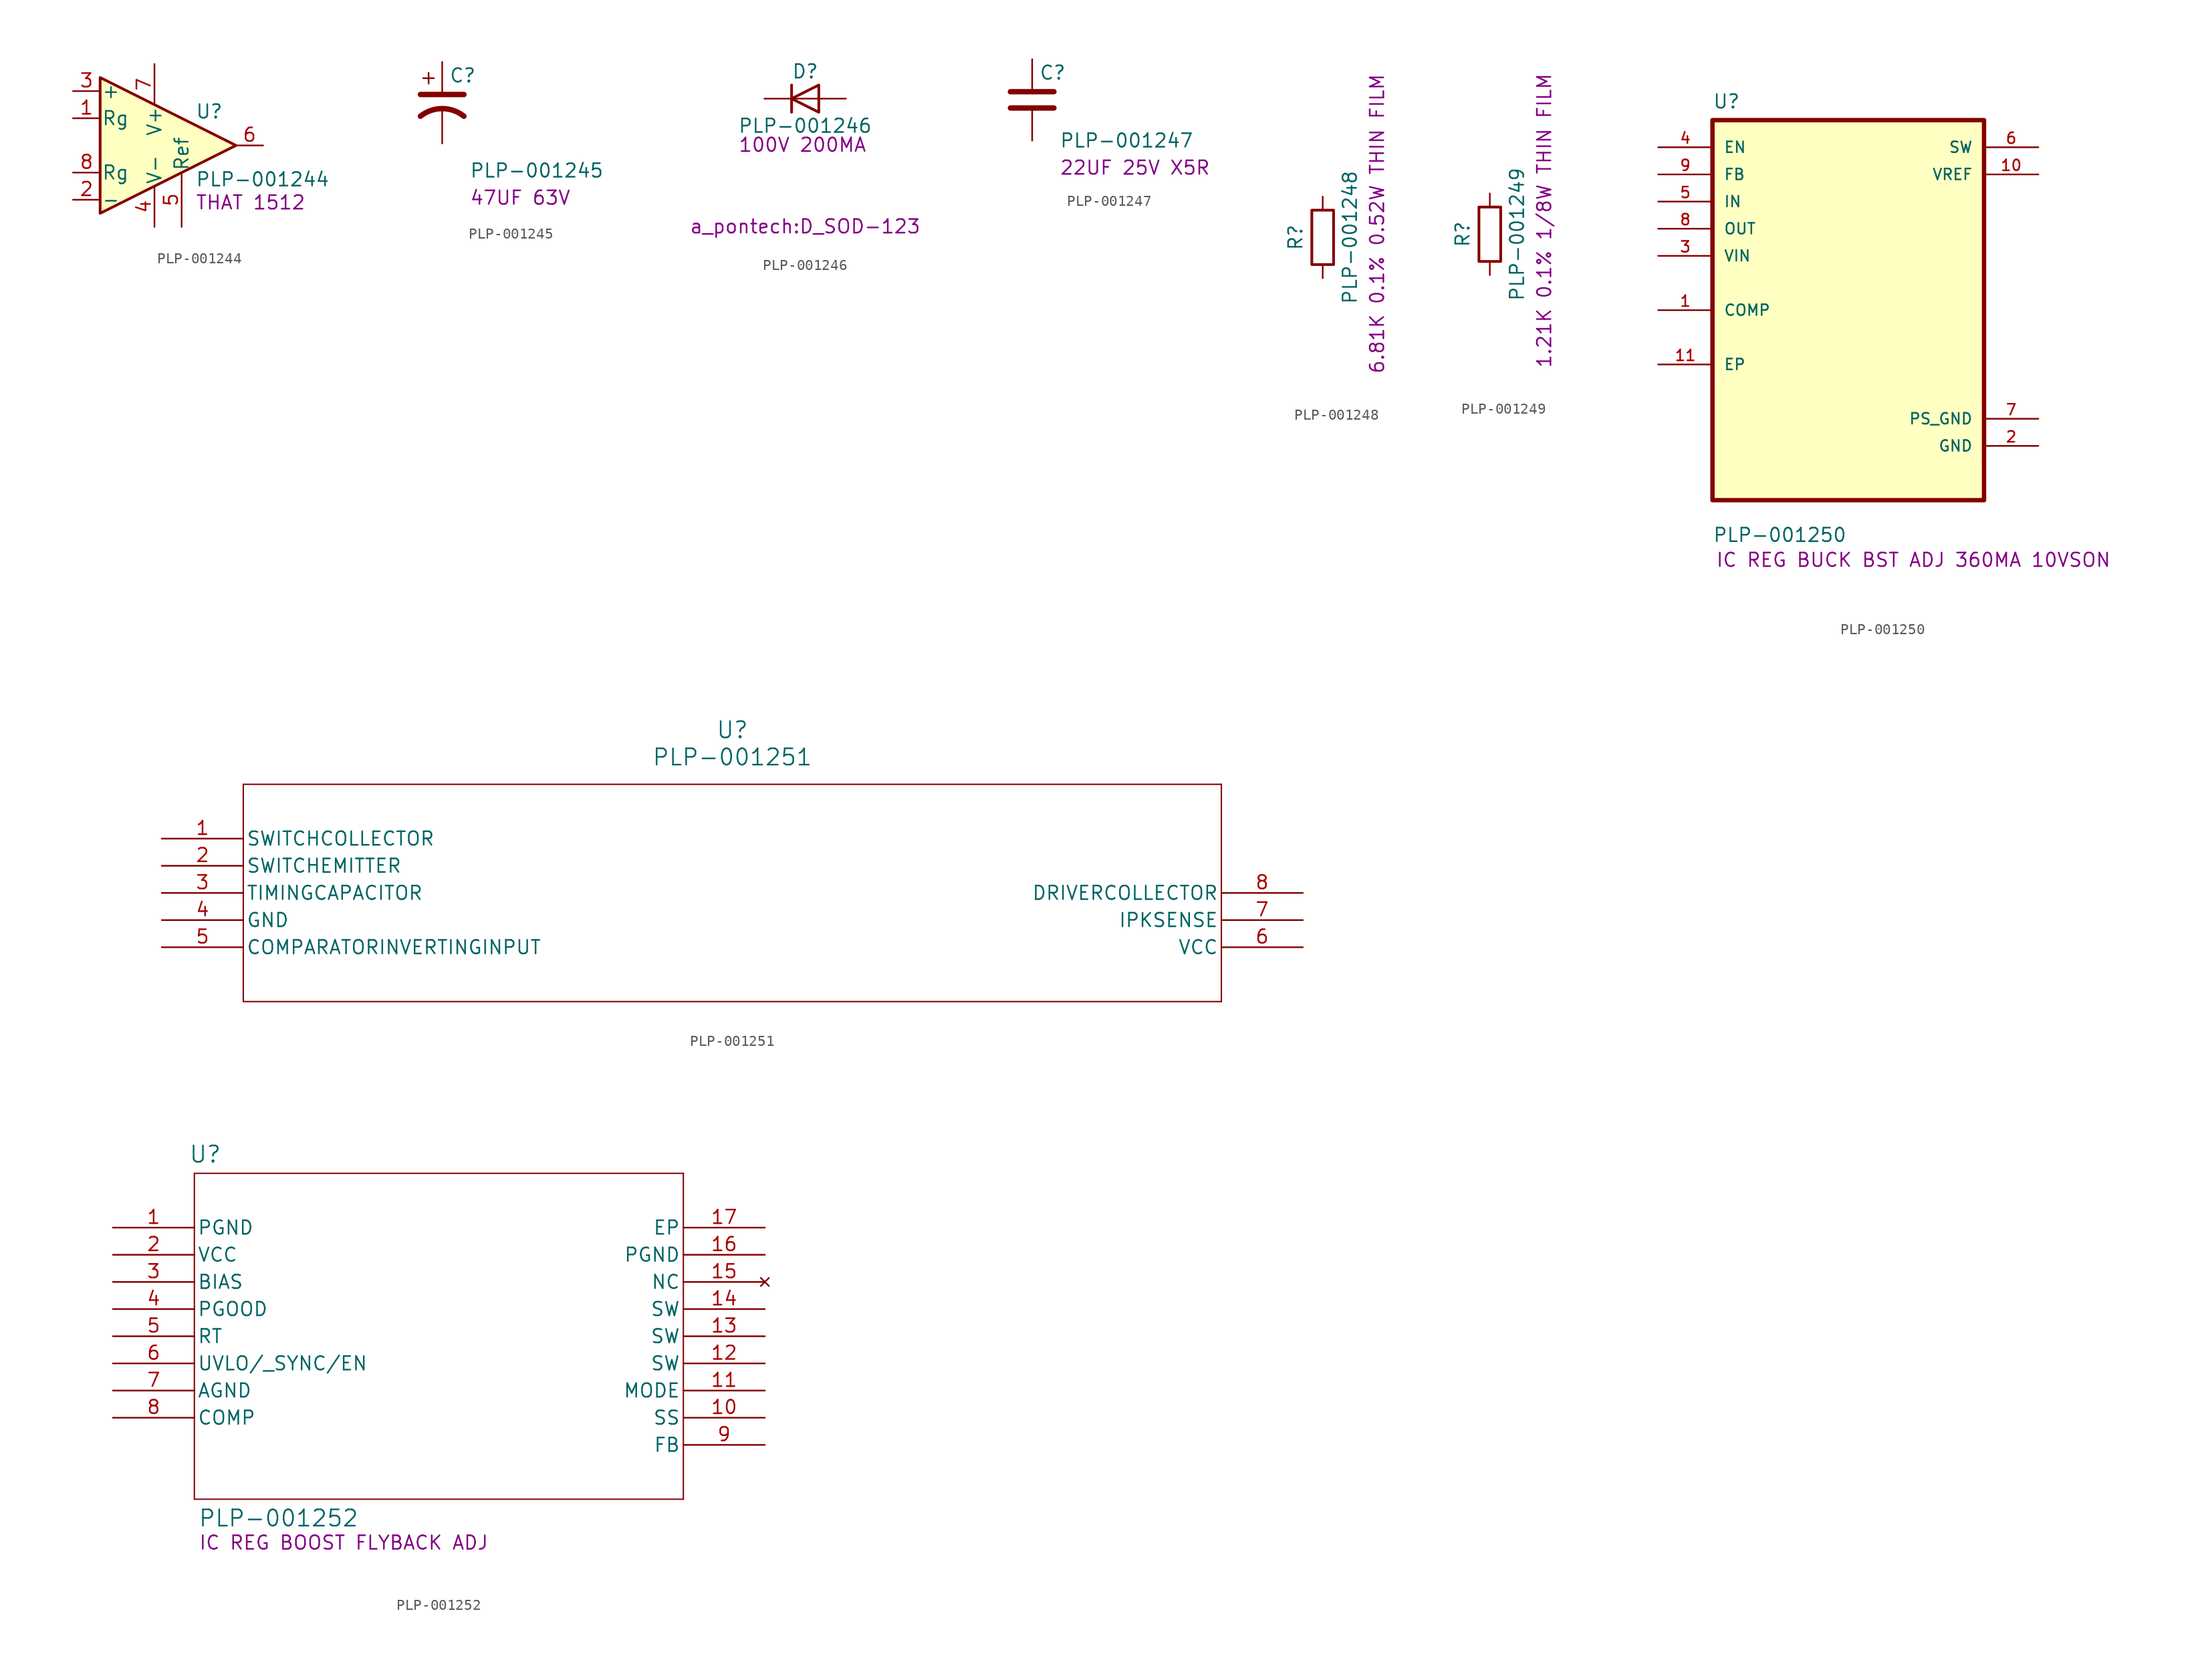
<source format=kicad_sym>
(kicad_symbol_lib
  (version 20241209)
  (generator "kicad_symbol_editor")
  (generator_version "9.0")
  (symbol "PLP-001244"
    (pin_names
      (offset 0.127))
    (property "Reference" "U"
      (at 3.81 3.175 0)
      (effects (font (size 1.27 1.27)) (justify left)))
    (property "Value" "PLP-001244"
      (at 3.81 -3.175 0)
      (effects (font (size 1.27 1.27)) (justify left)))
    (property "INFO" "THAT 1512"
      (at 3.81 -5.334 0)
      (effects (font (size 1.27 1.27)) (justify left)))
    (symbol "PLP-001244_0_1"
      (polyline (pts (xy 7.62 0) (xy -5.08 6.35) (xy -5.08 -6.35) (xy 7.62 0)) (stroke (width 0.254) (type default)) (fill (type background))))
    (symbol "PLP-001244_1_1"
      (pin input line (at -7.62 5.08 0) (length 2.54) (name "+" (effects (font (size 1.27 1.27)))) (number "3" (effects (font (size 1.27 1.27)))))
      (pin passive line (at -7.62 2.54 0) (length 2.54) (name "Rg" (effects (font (size 1.27 1.27)))) (number "1" (effects (font (size 1.27 1.27)))))
      (pin passive line (at -7.62 -2.54 0) (length 2.54) (name "Rg" (effects (font (size 1.27 1.27)))) (number "8" (effects (font (size 1.27 1.27)))))
      (pin input line (at -7.62 -5.08 0) (length 2.54) (name "-" (effects (font (size 1.27 1.27)))) (number "2" (effects (font (size 1.27 1.27)))))
      (pin power_in line (at 0 7.62 270) (length 3.81) (name "V+" (effects (font (size 1.27 1.27)))) (number "7" (effects (font (size 1.27 1.27)))))
      (pin power_in line (at 0 -7.62 90) (length 3.81) (name "V-" (effects (font (size 1.27 1.27)))) (number "4" (effects (font (size 1.27 1.27)))))
      (pin input line (at 2.54 -7.62 90) (length 5.08) (name "Ref" (effects (font (size 1.27 1.27)))) (number "5" (effects (font (size 1.27 1.27)))))
      (pin output line (at 10.16 0 180) (length 2.54) (name "~" (effects (font (size 1.27 1.27)))) (number "6" (effects (font (size 1.27 1.27)))))))
  (symbol "PLP-001245"
    (pin_numbers
      (hide yes))
    (pin_names
      (offset 0.254)
      (hide yes))
    (property "Reference" "C"
      (at 0.635 2.54 0)
      (effects (font (size 1.27 1.27)) (justify left)))
    (property "Value" "PLP-001245"
      (at 2.54 -6.35 0)
      (effects (font (size 1.27 1.27)) (justify left)))
    (property "Info" "47UF 63V"
      (at 2.54 -8.89 0)
      (effects (font (size 1.27 1.27)) (justify left)))
    (symbol "PLP-001245_0_1"
      (polyline (pts (xy -2.032 0.762) (xy 2.032 0.762)) (stroke (width 0.508) (type default)) (fill (type none)))
      (polyline (pts (xy -1.778 2.286) (xy -0.762 2.286)) (stroke (width 0) (type default)) (fill (type none)))
      (polyline (pts (xy -1.27 1.778) (xy -1.27 2.794)) (stroke (width 0) (type default)) (fill (type none)))
      (arc (start -2.032 -1.27) (mid 0 -0.5572) (end 2.032 -1.27) (stroke (width 0.508) (type default)) (fill (type none))))
    (symbol "PLP-001245_1_1"
      (pin passive line (at 0 3.81 270) (length 2.794) (name "~" (effects (font (size 1.27 1.27)))) (number "1" (effects (font (size 1.27 1.27)))))
      (pin passive line (at 0 -3.81 90) (length 3.302) (name "~" (effects (font (size 1.27 1.27)))) (number "2" (effects (font (size 1.27 1.27)))))))
  (symbol "PLP-001246"
    (pin_numbers
      (hide yes))
    (pin_names
      (offset 1.016)
      (hide yes))
    (property "Reference" "D"
      (at 0 2.54 0)
      (effects (font (size 1.27 1.27))))
    (property "Value" "PLP-001246"
      (at 0 -2.54 0)
      (effects (font (size 1.27 1.27))))
    (property "Footprint" "a_pontech:D_SOD-123"
      (at 0 -11.938 0)
      (effects (font (size 1.27 1.27))))
    (property "Info" "100V 200MA"
      (at -0.254 -4.318 0)
      (effects (font (size 1.27 1.27))))
    (symbol "PLP-001246_0_1"
      (polyline (pts (xy -1.27 1.27) (xy -1.27 -1.27)) (stroke (width 0.254) (type default)) (fill (type none)))
      (polyline (pts (xy 1.27 1.27) (xy 1.27 -1.27) (xy -1.27 0) (xy 1.27 1.27)) (stroke (width 0.254) (type default)) (fill (type none)))
      (polyline (pts (xy 1.27 0) (xy -1.27 0)) (stroke (width 0) (type default)) (fill (type none))))
    (symbol "PLP-001246_1_1"
      (pin passive line (at -3.81 0 0) (length 2.54) (name "K" (effects (font (size 1.27 1.27)))) (number "1" (effects (font (size 1.27 1.27)))))
      (pin passive line (at 3.81 0 180) (length 2.54) (name "A" (effects (font (size 1.27 1.27)))) (number "2" (effects (font (size 1.27 1.27)))))))
  (symbol "PLP-001247"
    (pin_numbers
      (hide yes))
    (pin_names
      (offset 0.254))
    (property "Reference" "C"
      (at 0.635 2.54 0)
      (effects (font (size 1.27 1.27)) (justify left)))
    (property "Value" "PLP-001247"
      (at 2.54 -3.81 0)
      (effects (font (size 1.27 1.27)) (justify left)))
    (property "Info" "22UF 25V X5R"
      (at 2.54 -6.35 0)
      (effects (font (size 1.27 1.27)) (justify left)))
    (symbol "PLP-001247_0_1"
      (polyline (pts (xy -2.032 0.762) (xy 2.032 0.762)) (stroke (width 0.508) (type default)) (fill (type none)))
      (polyline (pts (xy -2.032 -0.762) (xy 2.032 -0.762)) (stroke (width 0.508) (type default)) (fill (type none))))
    (symbol "PLP-001247_1_1"
      (pin passive line (at 0 3.81 270) (length 2.794) (name "~" (effects (font (size 1.27 1.27)))) (number "1" (effects (font (size 1.27 1.27)))))
      (pin passive line (at 0 -3.81 90) (length 2.794) (name "~" (effects (font (size 1.27 1.27)))) (number "2" (effects (font (size 1.27 1.27)))))))
  (symbol "PLP-001248"
    (pin_numbers
      (hide yes))
    (pin_names
      (offset 0))
    (property "Reference" "R"
      (at -2.54 0 90)
      (effects (font (size 1.27 1.27))))
    (property "Value" "PLP-001248"
      (at 2.54 0 90)
      (effects (font (size 1.27 1.27))))
    (property "Info" "6.81K 0.1% 0.52W THIN FILM"
      (at 5.08 1.27 90)
      (effects (font (size 1.27 1.27))))
    (symbol "PLP-001248_0_1"
      (rectangle (start -1.016 -2.54) (end 1.016 2.54) (stroke (width 0.254) (type default)) (fill (type none))))
    (symbol "PLP-001248_1_1"
      (pin passive line (at 0 3.81 270) (length 1.27) (name "~" (effects (font (size 1.27 1.27)))) (number "1" (effects (font (size 1.27 1.27)))))
      (pin passive line (at 0 -3.81 90) (length 1.27) (name "~" (effects (font (size 1.27 1.27)))) (number "2" (effects (font (size 1.27 1.27)))))))
  (symbol "PLP-001249"
    (pin_numbers
      (hide yes))
    (pin_names
      (offset 0))
    (property "Reference" "R"
      (at -2.54 0 90)
      (effects (font (size 1.27 1.27))))
    (property "Value" "PLP-001249"
      (at 2.54 0 90)
      (effects (font (size 1.27 1.27))))
    (property "Info" "1.21K 0.1% 1/8W THIN FILM"
      (at 5.08 1.27 90)
      (effects (font (size 1.27 1.27))))
    (symbol "PLP-001249_0_1"
      (rectangle (start -1.016 -2.54) (end 1.016 2.54) (stroke (width 0.254) (type default)) (fill (type none))))
    (symbol "PLP-001249_1_1"
      (pin passive line (at 0 3.81 270) (length 1.27) (name "~" (effects (font (size 1.27 1.27)))) (number "1" (effects (font (size 1.27 1.27)))))
      (pin passive line (at 0 -3.81 90) (length 1.27) (name "~" (effects (font (size 1.27 1.27)))) (number "2" (effects (font (size 1.27 1.27)))))))
  (symbol "PLP-001250"
    (pin_names
      (offset 1.016))
    (property "Reference" "U"
      (at -12.7 18.78 0)
      (effects (font (size 1.27 1.27)) (justify left bottom)))
    (property "Value" "PLP-001250"
      (at -12.7 -21.78 0)
      (effects (font (size 1.27 1.27)) (justify left bottom)))
    (property "Info" "IC REG BUCK BST ADJ 360MA 10VSON"
      (at 6.096 -23.368 0)
      (effects (font (size 1.27 1.27))))
    (symbol "PLP-001250_0_0"
      (rectangle (start -12.7 17.78) (end 12.7 -17.78) (stroke (width 0.41) (type default)) (fill (type background)))
      (pin input line (at -17.78 15.24 0) (length 5.08) (name "EN" (effects (font (size 1.016 1.016)))) (number "4" (effects (font (size 1.016 1.016)))))
      (pin input line (at -17.78 12.7 0) (length 5.08) (name "FB" (effects (font (size 1.016 1.016)))) (number "9" (effects (font (size 1.016 1.016)))))
      (pin input line (at -17.78 10.16 0) (length 5.08) (name "IN" (effects (font (size 1.016 1.016)))) (number "5" (effects (font (size 1.016 1.016)))))
      (pin input line (at -17.78 7.62 0) (length 5.08) (name "OUT" (effects (font (size 1.016 1.016)))) (number "8" (effects (font (size 1.016 1.016)))))
      (pin input line (at -17.78 5.08 0) (length 5.08) (name "VIN" (effects (font (size 1.016 1.016)))) (number "3" (effects (font (size 1.016 1.016)))))
      (pin bidirectional line (at -17.78 0 0) (length 5.08) (name "COMP" (effects (font (size 1.016 1.016)))) (number "1" (effects (font (size 1.016 1.016)))))
      (pin bidirectional line (at -17.78 -5.08 0) (length 5.08) (name "EP" (effects (font (size 1.016 1.016)))) (number "11" (effects (font (size 1.016 1.016)))))
      (pin output line (at 17.78 15.24 180) (length 5.08) (name "SW" (effects (font (size 1.016 1.016)))) (number "6" (effects (font (size 1.016 1.016)))))
      (pin output line (at 17.78 12.7 180) (length 5.08) (name "VREF" (effects (font (size 1.016 1.016)))) (number "10" (effects (font (size 1.016 1.016)))))
      (pin power_in line (at 17.78 -10.16 180) (length 5.08) (name "PS_GND" (effects (font (size 1.016 1.016)))) (number "7" (effects (font (size 1.016 1.016)))))
      (pin power_in line (at 17.78 -12.7 180) (length 5.08) (name "GND" (effects (font (size 1.016 1.016)))) (number "2" (effects (font (size 1.016 1.016)))))))
  (symbol "PLP-001251"
    (pin_names
      (offset 0.254))
    (property "Reference" "U"
      (at 53.34 10.16 0)
      (effects (font (size 1.524 1.524))))
    (property "Value" "PLP-001251"
      (at 53.34 7.62 0)
      (effects (font (size 1.524 1.524))))
    (symbol "PLP-001251_0_1"
      (polyline (pts (xy 7.62 5.08) (xy 7.62 -15.24)) (stroke (width 0.127) (type default)) (fill (type none)))
      (polyline (pts (xy 7.62 -15.24) (xy 99.06 -15.24)) (stroke (width 0.127) (type default)) (fill (type none)))
      (polyline (pts (xy 99.06 5.08) (xy 7.62 5.08)) (stroke (width 0.127) (type default)) (fill (type none)))
      (polyline (pts (xy 99.06 -15.24) (xy 99.06 5.08)) (stroke (width 0.127) (type default)) (fill (type none)))
      (pin unspecified line (at 0 0 0) (length 7.62) (name "SWITCHCOLLECTOR" (effects (font (size 1.27 1.27)))) (number "1" (effects (font (size 1.27 1.27)))))
      (pin unspecified line (at 0 -2.54 0) (length 7.62) (name "SWITCHEMITTER" (effects (font (size 1.27 1.27)))) (number "2" (effects (font (size 1.27 1.27)))))
      (pin unspecified line (at 0 -5.08 0) (length 7.62) (name "TIMINGCAPACITOR" (effects (font (size 1.27 1.27)))) (number "3" (effects (font (size 1.27 1.27)))))
      (pin power_out line (at 0 -7.62 0) (length 7.62) (name "GND" (effects (font (size 1.27 1.27)))) (number "4" (effects (font (size 1.27 1.27)))))
      (pin input line (at 0 -10.16 0) (length 7.62) (name "COMPARATORINVERTINGINPUT" (effects (font (size 1.27 1.27)))) (number "5" (effects (font (size 1.27 1.27)))))
      (pin unspecified line (at 106.68 -5.08 180) (length 7.62) (name "DRIVERCOLLECTOR" (effects (font (size 1.27 1.27)))) (number "8" (effects (font (size 1.27 1.27)))))
      (pin input line (at 106.68 -7.62 180) (length 7.62) (name "IPKSENSE" (effects (font (size 1.27 1.27)))) (number "7" (effects (font (size 1.27 1.27)))))
      (pin power_in line (at 106.68 -10.16 180) (length 7.62) (name "VCC" (effects (font (size 1.27 1.27)))) (number "6" (effects (font (size 1.27 1.27)))))))
  (symbol "PLP-001252"
    (pin_names
      (offset 0.254))
    (property "Reference" "U"
      (at 8.636 6.858 0)
      (effects (font (size 1.524 1.524))))
    (property "Value" "PLP-001252"
      (at 15.494 -27.178 0)
      (effects (font (size 1.524 1.524))))
    (property "Info" "IC REG BOOST FLYBACK ADJ"
      (at 21.59 -29.464 0)
      (effects (font (size 1.27 1.27))))
    (symbol "PLP-001252_0_1"
      (polyline (pts (xy 7.62 5.08) (xy 7.62 -25.4)) (stroke (width 0.127) (type default)) (fill (type none)))
      (polyline (pts (xy 7.62 -25.4) (xy 53.34 -25.4)) (stroke (width 0.127) (type default)) (fill (type none)))
      (polyline (pts (xy 53.34 5.08) (xy 7.62 5.08)) (stroke (width 0.127) (type default)) (fill (type none)))
      (polyline (pts (xy 53.34 -25.4) (xy 53.34 5.08)) (stroke (width 0.127) (type default)) (fill (type none)))
      (pin power_out line (at 0 0 0) (length 7.62) (name "PGND" (effects (font (size 1.27 1.27)))) (number "1" (effects (font (size 1.27 1.27)))))
      (pin power_in line (at 0 -2.54 0) (length 7.62) (name "VCC" (effects (font (size 1.27 1.27)))) (number "2" (effects (font (size 1.27 1.27)))))
      (pin unspecified line (at 0 -5.08 0) (length 7.62) (name "BIAS" (effects (font (size 1.27 1.27)))) (number "3" (effects (font (size 1.27 1.27)))))
      (pin power_in line (at 0 -7.62 0) (length 7.62) (name "PGOOD" (effects (font (size 1.27 1.27)))) (number "4" (effects (font (size 1.27 1.27)))))
      (pin unspecified line (at 0 -10.16 0) (length 7.62) (name "RT" (effects (font (size 1.27 1.27)))) (number "5" (effects (font (size 1.27 1.27)))))
      (pin unspecified line (at 0 -12.7 0) (length 7.62) (name "UVLO/_SYNC/EN" (effects (font (size 1.27 1.27)))) (number "6" (effects (font (size 1.27 1.27)))))
      (pin power_out line (at 0 -15.24 0) (length 7.62) (name "AGND" (effects (font (size 1.27 1.27)))) (number "7" (effects (font (size 1.27 1.27)))))
      (pin unspecified line (at 0 -17.78 0) (length 7.62) (name "COMP" (effects (font (size 1.27 1.27)))) (number "8" (effects (font (size 1.27 1.27)))))
      (pin unspecified line (at 60.96 0 180) (length 7.62) (name "EP" (effects (font (size 1.27 1.27)))) (number "17" (effects (font (size 1.27 1.27)))))
      (pin power_out line (at 60.96 -2.54 180) (length 7.62) (name "PGND" (effects (font (size 1.27 1.27)))) (number "16" (effects (font (size 1.27 1.27)))))
      (pin no_connect line (at 60.96 -5.08 180) (length 7.62) (name "NC" (effects (font (size 1.27 1.27)))) (number "15" (effects (font (size 1.27 1.27)))))
      (pin unspecified line (at 60.96 -7.62 180) (length 7.62) (name "SW" (effects (font (size 1.27 1.27)))) (number "14" (effects (font (size 1.27 1.27)))))
      (pin unspecified line (at 60.96 -10.16 180) (length 7.62) (name "SW" (effects (font (size 1.27 1.27)))) (number "13" (effects (font (size 1.27 1.27)))))
      (pin unspecified line (at 60.96 -12.7 180) (length 7.62) (name "SW" (effects (font (size 1.27 1.27)))) (number "12" (effects (font (size 1.27 1.27)))))
      (pin unspecified line (at 60.96 -15.24 180) (length 7.62) (name "MODE" (effects (font (size 1.27 1.27)))) (number "11" (effects (font (size 1.27 1.27)))))
      (pin unspecified line (at 60.96 -17.78 180) (length 7.62) (name "SS" (effects (font (size 1.27 1.27)))) (number "10" (effects (font (size 1.27 1.27)))))
      (pin unspecified line (at 60.96 -20.32 180) (length 7.62) (name "FB" (effects (font (size 1.27 1.27)))) (number "9" (effects (font (size 1.27 1.27))))))))
</source>
